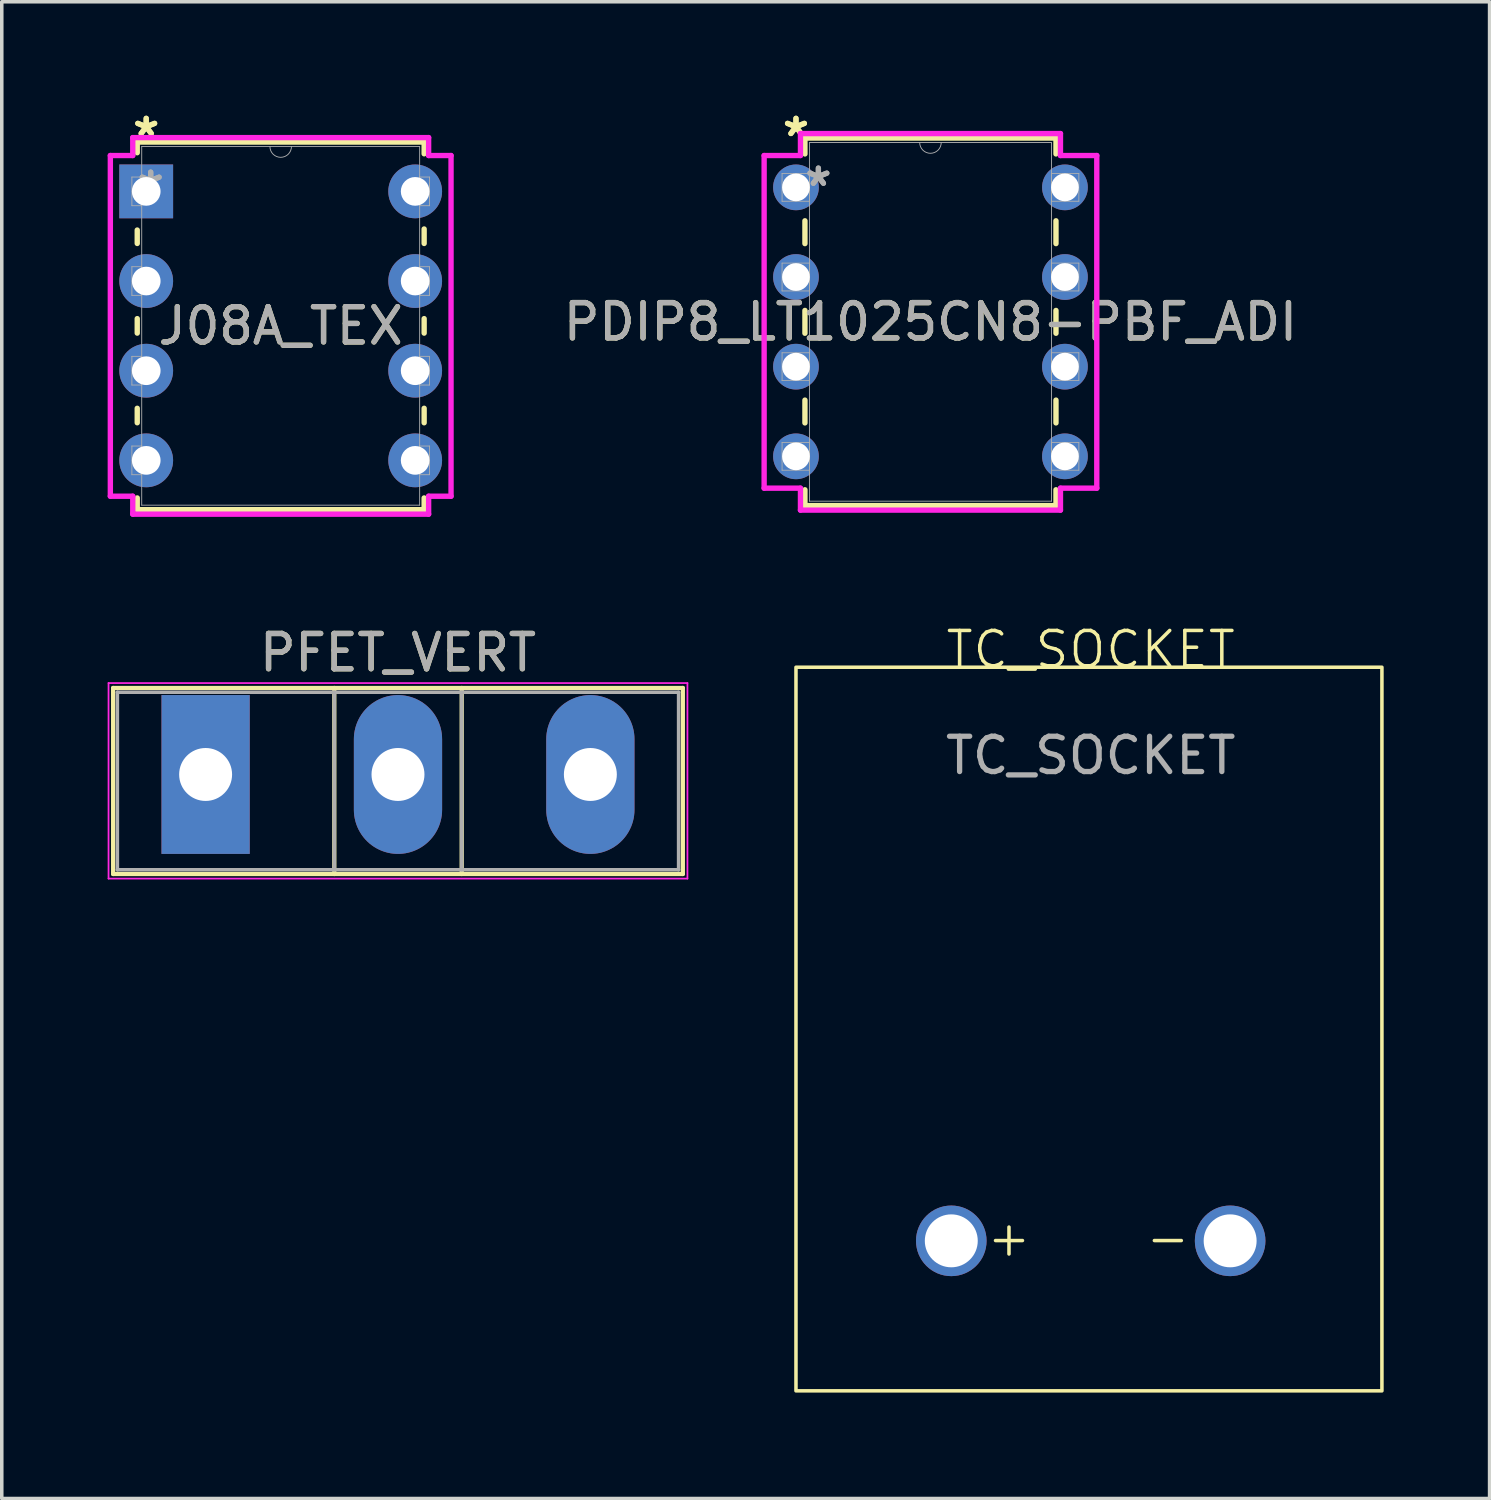
<source format=kicad_pcb>
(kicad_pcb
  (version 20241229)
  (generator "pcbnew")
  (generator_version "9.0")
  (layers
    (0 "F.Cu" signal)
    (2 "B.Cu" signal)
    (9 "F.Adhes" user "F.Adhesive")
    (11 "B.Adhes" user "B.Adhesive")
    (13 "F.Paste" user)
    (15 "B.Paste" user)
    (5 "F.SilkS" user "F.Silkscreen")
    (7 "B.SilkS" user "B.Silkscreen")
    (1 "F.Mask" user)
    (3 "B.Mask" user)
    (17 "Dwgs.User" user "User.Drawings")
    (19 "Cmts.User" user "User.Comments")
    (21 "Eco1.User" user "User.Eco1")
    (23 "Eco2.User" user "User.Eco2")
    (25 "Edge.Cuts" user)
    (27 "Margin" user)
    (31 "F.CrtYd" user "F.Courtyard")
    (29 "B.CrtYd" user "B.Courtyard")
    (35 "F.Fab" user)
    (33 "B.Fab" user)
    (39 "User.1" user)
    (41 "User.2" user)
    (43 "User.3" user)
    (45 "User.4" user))
  (footprint "PFET_VERT"
    (layer "F.Cu")
    (at 2.775 18.891)
    (property "Reference" "PFET_VERT" (at 5.45 -3.45 0) (layer "F.SilkS") (effects (font (size 1 1) (thickness 0.15))))
    (attr through_hole)
    (fp_line (start -2.62 -2.451) (end -2.62 2.82) (stroke (width 0.12) (type solid)) (layer "F.SilkS"))
    (fp_line (start -2.62 -2.451) (end 13.52 -2.451) (stroke (width 0.12) (type solid)) (layer "F.SilkS"))
    (fp_line (start -2.62 2.82) (end 13.52 2.82) (stroke (width 0.12) (type solid)) (layer "F.SilkS"))
    (fp_line (start 3.646 -2.451) (end 3.646 2.82) (stroke (width 0.12) (type solid)) (layer "F.SilkS"))
    (fp_line (start 7.255 -2.451) (end 7.255 2.82) (stroke (width 0.12) (type solid)) (layer "F.SilkS"))
    (fp_line (start 13.52 -2.451) (end 13.52 2.82) (stroke (width 0.12) (type solid)) (layer "F.SilkS"))
    (fp_line (start -2.75 -2.59) (end -2.75 2.95) (stroke (width 0.05) (type solid)) (layer "F.CrtYd"))
    (fp_line (start -2.75 2.95) (end 13.65 2.95) (stroke (width 0.05) (type solid)) (layer "F.CrtYd"))
    (fp_line (start 13.65 -2.59) (end -2.75 -2.59) (stroke (width 0.05) (type solid)) (layer "F.CrtYd"))
    (fp_line (start 13.65 2.95) (end 13.65 -2.59) (stroke (width 0.05) (type solid)) (layer "F.CrtYd"))
    (fp_line (start -2.5 -2.33) (end -2.5 2.7) (stroke (width 0.1) (type solid)) (layer "F.Fab"))
    (fp_line (start -2.5 2.7) (end 13.4 2.7) (stroke (width 0.1) (type solid)) (layer "F.Fab"))
    (fp_line (start 3.645 -2.33) (end 3.645 2.7) (stroke (width 0.1) (type solid)) (layer "F.Fab"))
    (fp_line (start 7.255 -2.33) (end 7.255 2.7) (stroke (width 0.1) (type solid)) (layer "F.Fab"))
    (fp_line (start 13.4 -2.33) (end -2.5 -2.33) (stroke (width 0.1) (type solid)) (layer "F.Fab"))
    (fp_line (start 13.4 2.7) (end 13.4 -2.33) (stroke (width 0.1) (type solid)) (layer "F.Fab"))
    (fp_text user "${REFERENCE}" (at 5.45 -3.45 0) (layer "F.Fab") (effects (font (size 1 1) (thickness 0.15))))
    (pad "1" thru_hole oval (at 5.45 0) (size 2.5 4.5) (drill 1.5) (layers "*.Cu" "*.Mask"))
    (pad "2" thru_hole rect (at 0 0) (size 2.5 4.5) (drill 1.5) (layers "*.Cu" "*.Mask"))
    (pad "3" thru_hole oval (at 10.9 0) (size 2.5 4.5) (drill 1.5) (layers "*.Cu" "*.Mask")))
  (footprint "PDIP8_LT1025CN8-PBF_ADI"
    (layer "F.Cu")
    (at 19.5 2.258)
    (property "Reference" "PDIP8_LT1025CN8-PBF_ADI" (at 3.81 3.81 0) (unlocked yes) (layer "F.SilkS") (effects (font (size 1 1) (thickness 0.15))))
    (attr through_hole)
    (fp_line (start 0.254 -1.397) (end 0.254 -0.947) (stroke (width 0.152) (type solid)) (layer "F.SilkS"))
    (fp_line (start 0.254 0.947) (end 0.254 1.593) (stroke (width 0.152) (type solid)) (layer "F.SilkS"))
    (fp_line (start 0.254 3.487) (end 0.254 4.133) (stroke (width 0.152) (type solid)) (layer "F.SilkS"))
    (fp_line (start 0.254 6.027) (end 0.254 6.673) (stroke (width 0.152) (type solid)) (layer "F.SilkS"))
    (fp_line (start 0.254 8.567) (end 0.254 9.017) (stroke (width 0.152) (type solid)) (layer "F.SilkS"))
    (fp_line (start 0.254 9.017) (end 7.366 9.017) (stroke (width 0.152) (type solid)) (layer "F.SilkS"))
    (fp_line (start 7.366 -1.397) (end 0.254 -1.397) (stroke (width 0.152) (type solid)) (layer "F.SilkS"))
    (fp_line (start 7.366 -0.947) (end 7.366 -1.397) (stroke (width 0.152) (type solid)) (layer "F.SilkS"))
    (fp_line (start 7.366 1.593) (end 7.366 0.947) (stroke (width 0.152) (type solid)) (layer "F.SilkS"))
    (fp_line (start 7.366 4.133) (end 7.366 3.487) (stroke (width 0.152) (type solid)) (layer "F.SilkS"))
    (fp_line (start 7.366 6.673) (end 7.366 6.027) (stroke (width 0.152) (type solid)) (layer "F.SilkS"))
    (fp_line (start 7.366 9.017) (end 7.366 8.567) (stroke (width 0.152) (type solid)) (layer "F.SilkS"))
    (fp_line (start -0.902 -0.902) (end 0.127 -0.902) (stroke (width 0.152) (type solid)) (layer "F.CrtYd"))
    (fp_line (start -0.902 8.522) (end -0.902 -0.902) (stroke (width 0.152) (type solid)) (layer "F.CrtYd"))
    (fp_line (start 0.127 -1.524) (end 7.493 -1.524) (stroke (width 0.152) (type solid)) (layer "F.CrtYd"))
    (fp_line (start 0.127 -0.902) (end 0.127 -1.524) (stroke (width 0.152) (type solid)) (layer "F.CrtYd"))
    (fp_line (start 0.127 8.522) (end -0.902 8.522) (stroke (width 0.152) (type solid)) (layer "F.CrtYd"))
    (fp_line (start 0.127 9.144) (end 0.127 8.522) (stroke (width 0.152) (type solid)) (layer "F.CrtYd"))
    (fp_line (start 7.493 -1.524) (end 7.493 -0.902) (stroke (width 0.152) (type solid)) (layer "F.CrtYd"))
    (fp_line (start 7.493 8.522) (end 7.493 9.144) (stroke (width 0.152) (type solid)) (layer "F.CrtYd"))
    (fp_line (start 7.493 9.144) (end 0.127 9.144) (stroke (width 0.152) (type solid)) (layer "F.CrtYd"))
    (fp_line (start 8.522 -0.902) (end 7.493 -0.902) (stroke (width 0.152) (type solid)) (layer "F.CrtYd"))
    (fp_line (start 8.522 -0.902) (end 8.522 8.522) (stroke (width 0.152) (type solid)) (layer "F.CrtYd"))
    (fp_line (start 8.522 8.522) (end 7.493 8.522) (stroke (width 0.152) (type solid)) (layer "F.CrtYd"))
    (fp_line (start -0.394 -0.394) (end -0.394 0.394) (stroke (width 0.025) (type solid)) (layer "F.Fab"))
    (fp_line (start -0.394 0.394) (end 0.381 0.394) (stroke (width 0.025) (type solid)) (layer "F.Fab"))
    (fp_line (start -0.394 2.146) (end -0.394 2.934) (stroke (width 0.025) (type solid)) (layer "F.Fab"))
    (fp_line (start -0.394 2.934) (end 0.381 2.934) (stroke (width 0.025) (type solid)) (layer "F.Fab"))
    (fp_line (start -0.394 4.686) (end -0.394 5.474) (stroke (width 0.025) (type solid)) (layer "F.Fab"))
    (fp_line (start -0.394 5.474) (end 0.381 5.474) (stroke (width 0.025) (type solid)) (layer "F.Fab"))
    (fp_line (start -0.394 7.226) (end -0.394 8.014) (stroke (width 0.025) (type solid)) (layer "F.Fab"))
    (fp_line (start -0.394 8.014) (end 0.381 8.014) (stroke (width 0.025) (type solid)) (layer "F.Fab"))
    (fp_line (start 0.381 -1.27) (end 0.381 8.89) (stroke (width 0.025) (type solid)) (layer "F.Fab"))
    (fp_line (start 0.381 -0.394) (end -0.394 -0.394) (stroke (width 0.025) (type solid)) (layer "F.Fab"))
    (fp_line (start 0.381 0.394) (end 0.381 -0.394) (stroke (width 0.025) (type solid)) (layer "F.Fab"))
    (fp_line (start 0.381 2.146) (end -0.394 2.146) (stroke (width 0.025) (type solid)) (layer "F.Fab"))
    (fp_line (start 0.381 2.934) (end 0.381 2.146) (stroke (width 0.025) (type solid)) (layer "F.Fab"))
    (fp_line (start 0.381 4.686) (end -0.394 4.686) (stroke (width 0.025) (type solid)) (layer "F.Fab"))
    (fp_line (start 0.381 5.474) (end 0.381 4.686) (stroke (width 0.025) (type solid)) (layer "F.Fab"))
    (fp_line (start 0.381 7.226) (end -0.394 7.226) (stroke (width 0.025) (type solid)) (layer "F.Fab"))
    (fp_line (start 0.381 8.014) (end 0.381 7.226) (stroke (width 0.025) (type solid)) (layer "F.Fab"))
    (fp_line (start 0.381 8.89) (end 7.239 8.89) (stroke (width 0.025) (type solid)) (layer "F.Fab"))
    (fp_line (start 7.239 -1.27) (end 0.381 -1.27) (stroke (width 0.025) (type solid)) (layer "F.Fab"))
    (fp_line (start 7.239 -0.394) (end 7.239 0.394) (stroke (width 0.025) (type solid)) (layer "F.Fab"))
    (fp_line (start 7.239 0.394) (end 8.014 0.394) (stroke (width 0.025) (type solid)) (layer "F.Fab"))
    (fp_line (start 7.239 2.146) (end 7.239 2.934) (stroke (width 0.025) (type solid)) (layer "F.Fab"))
    (fp_line (start 7.239 2.934) (end 8.014 2.934) (stroke (width 0.025) (type solid)) (layer "F.Fab"))
    (fp_line (start 7.239 4.686) (end 7.239 5.474) (stroke (width 0.025) (type solid)) (layer "F.Fab"))
    (fp_line (start 7.239 5.474) (end 8.014 5.474) (stroke (width 0.025) (type solid)) (layer "F.Fab"))
    (fp_line (start 7.239 7.226) (end 7.239 8.014) (stroke (width 0.025) (type solid)) (layer "F.Fab"))
    (fp_line (start 7.239 8.014) (end 8.014 8.014) (stroke (width 0.025) (type solid)) (layer "F.Fab"))
    (fp_line (start 7.239 8.89) (end 7.239 -1.27) (stroke (width 0.025) (type solid)) (layer "F.Fab"))
    (fp_line (start 8.014 -0.394) (end 7.239 -0.394) (stroke (width 0.025) (type solid)) (layer "F.Fab"))
    (fp_line (start 8.014 0.394) (end 8.014 -0.394) (stroke (width 0.025) (type solid)) (layer "F.Fab"))
    (fp_line (start 8.014 2.146) (end 7.239 2.146) (stroke (width 0.025) (type solid)) (layer "F.Fab"))
    (fp_line (start 8.014 2.934) (end 8.014 2.146) (stroke (width 0.025) (type solid)) (layer "F.Fab"))
    (fp_line (start 8.014 4.686) (end 7.239 4.686) (stroke (width 0.025) (type solid)) (layer "F.Fab"))
    (fp_line (start 8.014 5.474) (end 8.014 4.686) (stroke (width 0.025) (type solid)) (layer "F.Fab"))
    (fp_line (start 8.014 7.226) (end 7.239 7.226) (stroke (width 0.025) (type solid)) (layer "F.Fab"))
    (fp_line (start 8.014 8.014) (end 8.014 7.226) (stroke (width 0.025) (type solid)) (layer "F.Fab"))
    (fp_arc (start 4.1148 -1.27) (mid 3.81 -0.9652) (end 3.5052 -1.27) (stroke (width 0.0254) (type solid)) (layer "F.Fab"))
    (fp_text user "*" (at 0 -1.41 0) (layer "F.SilkS") (effects (font (size 1 1) (thickness 0.15))))
    (fp_text user "*" (at 0 -1.41 0) (unlocked yes) (layer "F.SilkS") (effects (font (size 1 1) (thickness 0.15))))
    (fp_text user "${REFERENCE}" (at 3.81 3.81 0) (unlocked yes) (layer "F.Fab") (effects (font (size 1 1) (thickness 0.15))))
    (fp_text user "*" (at 0.635 0 0) (unlocked yes) (layer "F.Fab") (effects (font (size 1 1) (thickness 0.15))))
    (fp_text user "*" (at 0.635 0 0) (layer "F.Fab") (effects (font (size 1 1) (thickness 0.15))))
    (pad "1" thru_hole circle (at 0 0) (size 1.295 1.295) (drill 0.787) (layers "*.Cu" "*.Mask"))
    (pad "2" thru_hole circle (at 0 2.54) (size 1.295 1.295) (drill 0.787) (layers "*.Cu" "*.Mask"))
    (pad "3" thru_hole circle (at 0 5.08) (size 1.295 1.295) (drill 0.787) (layers "*.Cu" "*.Mask"))
    (pad "4" thru_hole circle (at 0 7.62) (size 1.295 1.295) (drill 0.787) (layers "*.Cu" "*.Mask"))
    (pad "5" thru_hole circle (at 7.62 7.62) (size 1.295 1.295) (drill 0.787) (layers "*.Cu" "*.Mask"))
    (pad "6" thru_hole circle (at 7.62 5.08) (size 1.295 1.295) (drill 0.787) (layers "*.Cu" "*.Mask"))
    (pad "7" thru_hole circle (at 7.62 2.54) (size 1.295 1.295) (drill 0.787) (layers "*.Cu" "*.Mask"))
    (pad "8" thru_hole circle (at 7.62 0) (size 1.295 1.295) (drill 0.787) (layers "*.Cu" "*.Mask")))
  (footprint "J08A_TEX"
    (layer "F.Cu")
    (at 1.092 2.372)
    (property "Reference" "J08A_TEX" (at 3.81 3.81 0) (unlocked yes) (layer "F.SilkS") (effects (font (size 1 1) (thickness 0.15))))
    (attr through_hole)
    (fp_line (start -0.254 -1.397) (end -0.254 -1.095) (stroke (width 0.152) (type solid)) (layer "F.SilkS"))
    (fp_line (start -0.254 1.095) (end -0.254 1.475) (stroke (width 0.152) (type solid)) (layer "F.SilkS"))
    (fp_line (start -0.254 3.605) (end -0.254 4.015) (stroke (width 0.152) (type solid)) (layer "F.SilkS"))
    (fp_line (start -0.254 6.145) (end -0.254 6.555) (stroke (width 0.152) (type solid)) (layer "F.SilkS"))
    (fp_line (start -0.254 8.685) (end -0.254 9.017) (stroke (width 0.152) (type solid)) (layer "F.SilkS"))
    (fp_line (start -0.254 9.017) (end 7.874 9.017) (stroke (width 0.152) (type solid)) (layer "F.SilkS"))
    (fp_line (start 7.874 -1.397) (end -0.254 -1.397) (stroke (width 0.152) (type solid)) (layer "F.SilkS"))
    (fp_line (start 7.874 -1.065) (end 7.874 -1.397) (stroke (width 0.152) (type solid)) (layer "F.SilkS"))
    (fp_line (start 7.874 1.475) (end 7.874 1.065) (stroke (width 0.152) (type solid)) (layer "F.SilkS"))
    (fp_line (start 7.874 4.015) (end 7.874 3.605) (stroke (width 0.152) (type solid)) (layer "F.SilkS"))
    (fp_line (start 7.874 6.555) (end 7.874 6.145) (stroke (width 0.152) (type solid)) (layer "F.SilkS"))
    (fp_line (start 7.874 9.017) (end 7.874 8.685) (stroke (width 0.152) (type solid)) (layer "F.SilkS"))
    (fp_line (start -1.016 -1.016) (end -0.381 -1.016) (stroke (width 0.152) (type solid)) (layer "F.CrtYd"))
    (fp_line (start -1.016 8.636) (end -1.016 -1.016) (stroke (width 0.152) (type solid)) (layer "F.CrtYd"))
    (fp_line (start -0.381 -1.524) (end 8.001 -1.524) (stroke (width 0.152) (type solid)) (layer "F.CrtYd"))
    (fp_line (start -0.381 -1.016) (end -0.381 -1.524) (stroke (width 0.152) (type solid)) (layer "F.CrtYd"))
    (fp_line (start -0.381 8.636) (end -1.016 8.636) (stroke (width 0.152) (type solid)) (layer "F.CrtYd"))
    (fp_line (start -0.381 9.144) (end -0.381 8.636) (stroke (width 0.152) (type solid)) (layer "F.CrtYd"))
    (fp_line (start 8.001 -1.524) (end 8.001 -1.016) (stroke (width 0.152) (type solid)) (layer "F.CrtYd"))
    (fp_line (start 8.001 8.636) (end 8.001 9.144) (stroke (width 0.152) (type solid)) (layer "F.CrtYd"))
    (fp_line (start 8.001 9.144) (end -0.381 9.144) (stroke (width 0.152) (type solid)) (layer "F.CrtYd"))
    (fp_line (start 8.636 -1.016) (end 8.001 -1.016) (stroke (width 0.152) (type solid)) (layer "F.CrtYd"))
    (fp_line (start 8.636 -1.016) (end 8.636 8.636) (stroke (width 0.152) (type solid)) (layer "F.CrtYd"))
    (fp_line (start 8.636 8.636) (end 8.001 8.636) (stroke (width 0.152) (type solid)) (layer "F.CrtYd"))
    (fp_line (start -0.406 -0.406) (end -0.406 0.406) (stroke (width 0.025) (type solid)) (layer "F.Fab"))
    (fp_line (start -0.406 0.406) (end -0.127 0.406) (stroke (width 0.025) (type solid)) (layer "F.Fab"))
    (fp_line (start -0.406 2.134) (end -0.406 2.946) (stroke (width 0.025) (type solid)) (layer "F.Fab"))
    (fp_line (start -0.406 2.946) (end -0.127 2.946) (stroke (width 0.025) (type solid)) (layer "F.Fab"))
    (fp_line (start -0.406 4.674) (end -0.406 5.486) (stroke (width 0.025) (type solid)) (layer "F.Fab"))
    (fp_line (start -0.406 5.486) (end -0.127 5.486) (stroke (width 0.025) (type solid)) (layer "F.Fab"))
    (fp_line (start -0.406 7.214) (end -0.406 8.026) (stroke (width 0.025) (type solid)) (layer "F.Fab"))
    (fp_line (start -0.406 8.026) (end -0.127 8.026) (stroke (width 0.025) (type solid)) (layer "F.Fab"))
    (fp_line (start -0.127 -1.27) (end -0.127 8.89) (stroke (width 0.025) (type solid)) (layer "F.Fab"))
    (fp_line (start -0.127 -0.406) (end -0.406 -0.406) (stroke (width 0.025) (type solid)) (layer "F.Fab"))
    (fp_line (start -0.127 0.406) (end -0.127 -0.406) (stroke (width 0.025) (type solid)) (layer "F.Fab"))
    (fp_line (start -0.127 2.134) (end -0.406 2.134) (stroke (width 0.025) (type solid)) (layer "F.Fab"))
    (fp_line (start -0.127 2.946) (end -0.127 2.134) (stroke (width 0.025) (type solid)) (layer "F.Fab"))
    (fp_line (start -0.127 4.674) (end -0.406 4.674) (stroke (width 0.025) (type solid)) (layer "F.Fab"))
    (fp_line (start -0.127 5.486) (end -0.127 4.674) (stroke (width 0.025) (type solid)) (layer "F.Fab"))
    (fp_line (start -0.127 7.214) (end -0.406 7.214) (stroke (width 0.025) (type solid)) (layer "F.Fab"))
    (fp_line (start -0.127 8.026) (end -0.127 7.214) (stroke (width 0.025) (type solid)) (layer "F.Fab"))
    (fp_line (start -0.127 8.89) (end 7.747 8.89) (stroke (width 0.025) (type solid)) (layer "F.Fab"))
    (fp_line (start 7.747 -1.27) (end -0.127 -1.27) (stroke (width 0.025) (type solid)) (layer "F.Fab"))
    (fp_line (start 7.747 -0.406) (end 7.747 0.406) (stroke (width 0.025) (type solid)) (layer "F.Fab"))
    (fp_line (start 7.747 0.406) (end 8.026 0.406) (stroke (width 0.025) (type solid)) (layer "F.Fab"))
    (fp_line (start 7.747 2.134) (end 7.747 2.946) (stroke (width 0.025) (type solid)) (layer "F.Fab"))
    (fp_line (start 7.747 2.946) (end 8.026 2.946) (stroke (width 0.025) (type solid)) (layer "F.Fab"))
    (fp_line (start 7.747 4.674) (end 7.747 5.486) (stroke (width 0.025) (type solid)) (layer "F.Fab"))
    (fp_line (start 7.747 5.486) (end 8.026 5.486) (stroke (width 0.025) (type solid)) (layer "F.Fab"))
    (fp_line (start 7.747 7.214) (end 7.747 8.026) (stroke (width 0.025) (type solid)) (layer "F.Fab"))
    (fp_line (start 7.747 8.026) (end 8.026 8.026) (stroke (width 0.025) (type solid)) (layer "F.Fab"))
    (fp_line (start 7.747 8.89) (end 7.747 -1.27) (stroke (width 0.025) (type solid)) (layer "F.Fab"))
    (fp_line (start 8.026 -0.406) (end 7.747 -0.406) (stroke (width 0.025) (type solid)) (layer "F.Fab"))
    (fp_line (start 8.026 0.406) (end 8.026 -0.406) (stroke (width 0.025) (type solid)) (layer "F.Fab"))
    (fp_line (start 8.026 2.134) (end 7.747 2.134) (stroke (width 0.025) (type solid)) (layer "F.Fab"))
    (fp_line (start 8.026 2.946) (end 8.026 2.134) (stroke (width 0.025) (type solid)) (layer "F.Fab"))
    (fp_line (start 8.026 4.674) (end 7.747 4.674) (stroke (width 0.025) (type solid)) (layer "F.Fab"))
    (fp_line (start 8.026 5.486) (end 8.026 4.674) (stroke (width 0.025) (type solid)) (layer "F.Fab"))
    (fp_line (start 8.026 7.214) (end 7.747 7.214) (stroke (width 0.025) (type solid)) (layer "F.Fab"))
    (fp_line (start 8.026 8.026) (end 8.026 7.214) (stroke (width 0.025) (type solid)) (layer "F.Fab"))
    (fp_arc (start 4.1148 -1.27) (mid 3.81 -0.9652) (end 3.5052 -1.27) (stroke (width 0.0254) (type solid)) (layer "F.Fab"))
    (fp_text user "*" (at 0 -1.524 0) (layer "F.SilkS") (effects (font (size 1 1) (thickness 0.15))))
    (fp_text user "*" (at 0 -1.524 0) (unlocked yes) (layer "F.SilkS") (effects (font (size 1 1) (thickness 0.15))))
    (fp_text user "*" (at 0.127 0 0) (unlocked yes) (layer "F.Fab") (effects (font (size 1 1) (thickness 0.15))))
    (fp_text user "*" (at 0.127 0 0) (layer "F.Fab") (effects (font (size 1 1) (thickness 0.15))))
    (fp_text user "${REFERENCE}" (at 3.81 3.81 0) (unlocked yes) (layer "F.Fab") (effects (font (size 1 1) (thickness 0.15))))
    (pad "1" thru_hole rect (at 0 0) (size 1.524 1.524) (drill 0.813) (layers "*.Cu" "*.Mask"))
    (pad "2" thru_hole circle (at 0 2.54) (size 1.524 1.524) (drill 0.813) (layers "*.Cu" "*.Mask"))
    (pad "3" thru_hole circle (at 0 5.08) (size 1.524 1.524) (drill 0.813) (layers "*.Cu" "*.Mask"))
    (pad "4" thru_hole circle (at 0 7.62) (size 1.524 1.524) (drill 0.813) (layers "*.Cu" "*.Mask"))
    (pad "5" thru_hole circle (at 7.62 7.62) (size 1.524 1.524) (drill 0.813) (layers "*.Cu" "*.Mask"))
    (pad "6" thru_hole circle (at 7.62 5.08) (size 1.524 1.524) (drill 0.813) (layers "*.Cu" "*.Mask"))
    (pad "7" thru_hole circle (at 7.62 2.54) (size 1.524 1.524) (drill 0.813) (layers "*.Cu" "*.Mask"))
    (pad "8" thru_hole circle (at 7.62 0) (size 1.524 1.524) (drill 0.813) (layers "*.Cu" "*.Mask")))
  (footprint "TC_SOCKET"
    (layer "F.Cu")
    (at 27.85 15.853)
    (property "Reference" "TC_SOCKET" (at 0 -0.5 0) (unlocked yes) (layer "F.SilkS") (effects (font (size 1 1) (thickness 0.1))))
    (attr through_hole)
    (fp_rect (start -8.35 0) (end 8.25 20.5) (stroke (width 0.1) (type default)) (fill no) (layer "F.SilkS"))
    (fp_text user "+" (at -3 16.75 0) (unlocked yes) (layer "F.SilkS") (effects (font (size 1 1) (thickness 0.1)) (justify left bottom)))
    (fp_text user "-" (at 1.5 16.75 0) (unlocked yes) (layer "F.SilkS") (effects (font (size 1 1) (thickness 0.1)) (justify left bottom)))
    (fp_text user "${REFERENCE}" (at 0 2.5 0) (unlocked yes) (layer "F.Fab") (effects (font (size 1 1) (thickness 0.15))))
    (pad "1" thru_hole circle (at 3.95 16.25) (size 2 2) (drill 1.5) (layers "*.Cu" "*.Mask"))
    (pad "2" thru_hole circle (at -3.95 16.25) (size 2 2) (drill 1.5) (layers "*.Cu" "*.Mask")))
  (gr_rect
    (start -3 -3)
    (end 39.15 39.403)
    (stroke (width 0.1) (type default))
    (fill no)
    (layer "Edge.Cuts")))
</source>
